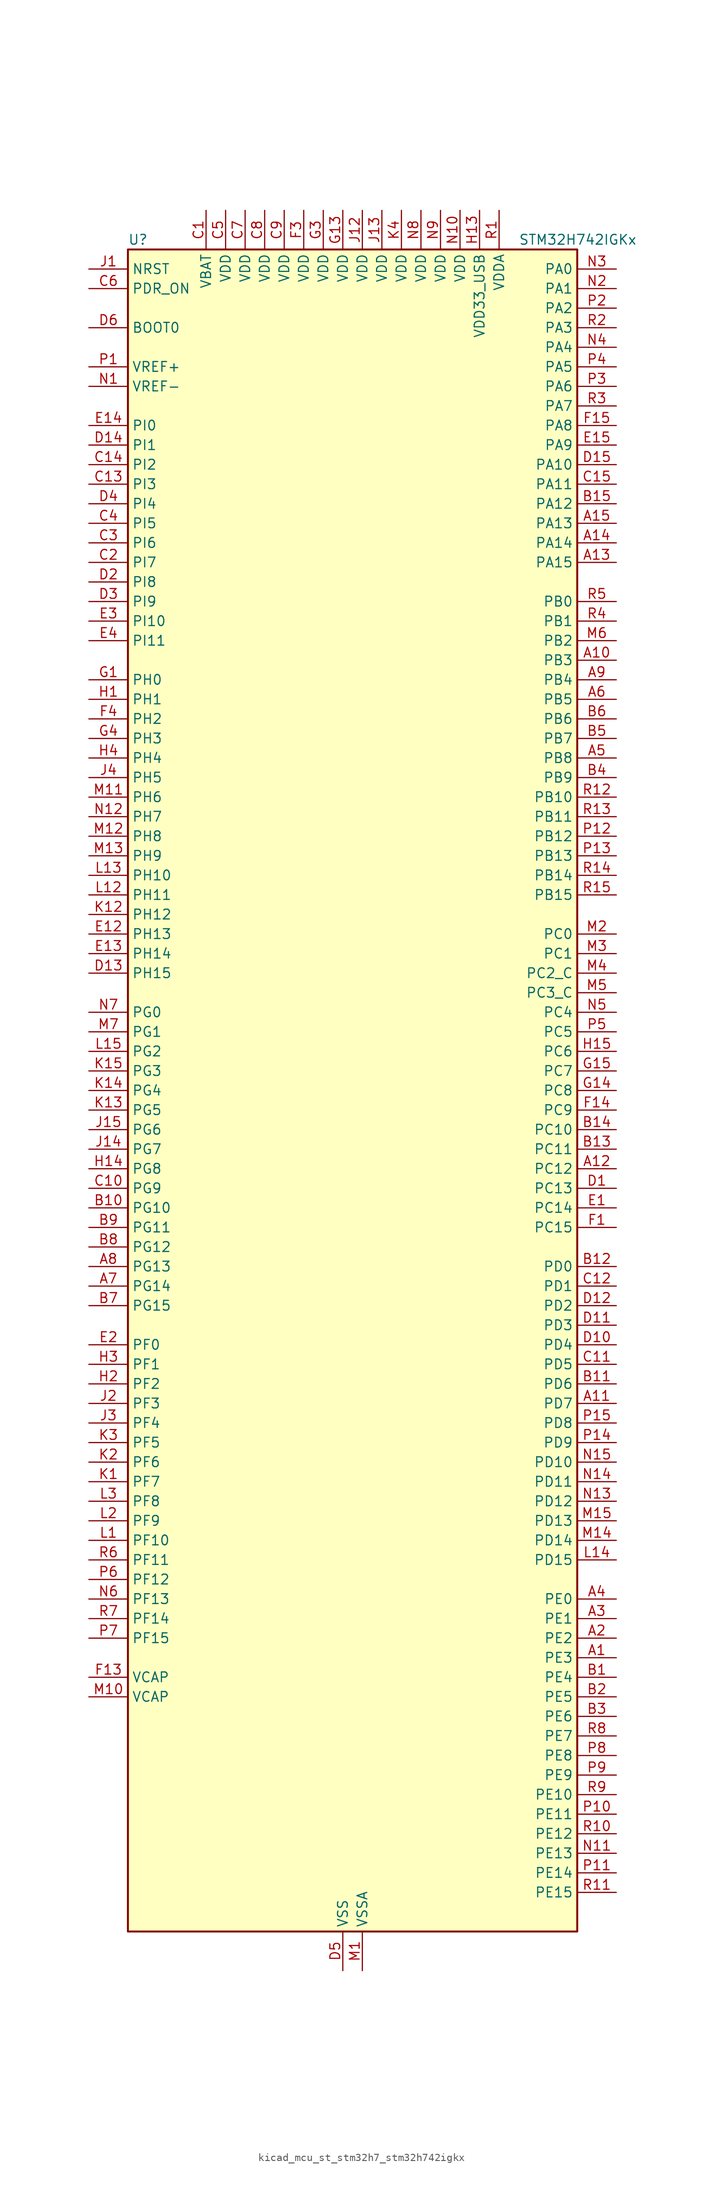
<source format=kicad_sym>
(kicad_symbol_lib
  (version 20220914)
  (generator kicad_symbol_editor)
  (symbol "kicad_mcu_st_stm32h7_stm32h742igkx"
    (property "Reference" "U"
      (at -27.94 110.49 0)
      (effects (font (size 1.27 1.27)) (justify left)))
    (property "Value" "STM32H742IGKx"
      (at 22.86 110.49 0)
      (effects (font (size 1.27 1.27)) (justify left)))
    (property "ki_locked" ""
      (at 0 0 0)
      (effects (font (size 1.27 1.27))))
    (symbol "kicad_mcu_st_stm32h7_stm32h742igkx_0_1"
      (rectangle (start -27.94 -109.22) (end 30.48 109.22) (stroke (width 0.254) (type default)) (fill (type background))))
    (symbol "kicad_mcu_st_stm32h7_stm32h742igkx_1_1"
      (pin bidirectional line (at 35.56 -73.66 180) (length 5.08) (name "PE3" (effects (font (size 1.27 1.27)))) (number "A1" (effects (font (size 1.27 1.27)))) (alternate "DEBUG_TRACED0" bidirectional line) (alternate "FMC_A19" bidirectional line) (alternate "SAI1_SD_B" bidirectional line) (alternate "SAI4_SD_B" bidirectional line) (alternate "TIM15_BKIN" bidirectional line))
      (pin bidirectional line (at 35.56 55.88 180) (length 5.08) (name "PB3" (effects (font (size 1.27 1.27)))) (number "A10" (effects (font (size 1.27 1.27)))) (alternate "CRS_SYNC" bidirectional line) (alternate "DEBUG_JTDO-SWO" bidirectional line) (alternate "HRTIM_FLT4" bidirectional line) (alternate "I2S1_CK" bidirectional line) (alternate "I2S3_CK" bidirectional line) (alternate "SDMMC2_D2" bidirectional line) (alternate "SPI1_SCK" bidirectional line) (alternate "SPI3_SCK" bidirectional line) (alternate "SPI6_SCK" bidirectional line) (alternate "TIM2_CH2" bidirectional line) (alternate "UART7_RX" bidirectional line))
      (pin bidirectional line (at 35.56 -40.64 180) (length 5.08) (name "PD7" (effects (font (size 1.27 1.27)))) (number "A11" (effects (font (size 1.27 1.27)))) (alternate "DFSDM1_CKIN1" bidirectional line) (alternate "DFSDM1_DATIN4" bidirectional line) (alternate "FMC_NE1" bidirectional line) (alternate "I2S1_SDO" bidirectional line) (alternate "SDMMC2_CMD" bidirectional line) (alternate "SPDIFRX1_IN0" bidirectional line) (alternate "SPI1_MOSI" bidirectional line) (alternate "USART2_CK" bidirectional line))
      (pin bidirectional line (at 35.56 -10.16 180) (length 5.08) (name "PC12" (effects (font (size 1.27 1.27)))) (number "A12" (effects (font (size 1.27 1.27)))) (alternate "DCMI_D9" bidirectional line) (alternate "DEBUG_TRACED3" bidirectional line) (alternate "HRTIM_EEV2" bidirectional line) (alternate "I2S3_SDO" bidirectional line) (alternate "SDMMC1_CK" bidirectional line) (alternate "SPI3_MOSI" bidirectional line) (alternate "UART5_TX" bidirectional line) (alternate "USART3_CK" bidirectional line))
      (pin bidirectional line (at 35.56 68.58 180) (length 5.08) (name "PA15" (effects (font (size 1.27 1.27)))) (number "A13" (effects (font (size 1.27 1.27)))) (alternate "ADC1_EXTI15" bidirectional line) (alternate "ADC2_EXTI15" bidirectional line) (alternate "ADC3_EXTI15" bidirectional line) (alternate "CEC" bidirectional line) (alternate "DEBUG_JTDI" bidirectional line) (alternate "HRTIM_FLT1" bidirectional line) (alternate "I2S1_WS" bidirectional line) (alternate "I2S3_WS" bidirectional line) (alternate "SPI1_NSS" bidirectional line) (alternate "SPI3_NSS" bidirectional line) (alternate "SPI6_NSS" bidirectional line) (alternate "TIM2_CH1" bidirectional line) (alternate "TIM2_ETR" bidirectional line) (alternate "UART4_DE" bidirectional line) (alternate "UART4_RTS" bidirectional line) (alternate "UART7_TX" bidirectional line))
      (pin bidirectional line (at 35.56 71.12 180) (length 5.08) (name "PA14" (effects (font (size 1.27 1.27)))) (number "A14" (effects (font (size 1.27 1.27)))) (alternate "DEBUG_JTCK-SWCLK" bidirectional line))
      (pin bidirectional line (at 35.56 73.66 180) (length 5.08) (name "PA13" (effects (font (size 1.27 1.27)))) (number "A15" (effects (font (size 1.27 1.27)))) (alternate "DEBUG_JTMS-SWDIO" bidirectional line))
      (pin bidirectional line (at 35.56 -71.12 180) (length 5.08) (name "PE2" (effects (font (size 1.27 1.27)))) (number "A2" (effects (font (size 1.27 1.27)))) (alternate "DEBUG_TRACECLK" bidirectional line) (alternate "ETH_TXD3" bidirectional line) (alternate "FMC_A23" bidirectional line) (alternate "QUADSPI_BK1_IO2" bidirectional line) (alternate "SAI1_CK1" bidirectional line) (alternate "SAI1_MCLK_A" bidirectional line) (alternate "SAI4_CK1" bidirectional line) (alternate "SAI4_MCLK_A" bidirectional line) (alternate "SPI4_SCK" bidirectional line))
      (pin bidirectional line (at 35.56 -68.58 180) (length 5.08) (name "PE1" (effects (font (size 1.27 1.27)))) (number "A3" (effects (font (size 1.27 1.27)))) (alternate "DCMI_D3" bidirectional line) (alternate "FMC_NBL1" bidirectional line) (alternate "HRTIM_SCOUT" bidirectional line) (alternate "LPTIM1_IN2" bidirectional line) (alternate "UART8_TX" bidirectional line))
      (pin bidirectional line (at 35.56 -66.04 180) (length 5.08) (name "PE0" (effects (font (size 1.27 1.27)))) (number "A4" (effects (font (size 1.27 1.27)))) (alternate "DCMI_D2" bidirectional line) (alternate "FMC_NBL0" bidirectional line) (alternate "HRTIM_SCIN" bidirectional line) (alternate "LPTIM1_ETR" bidirectional line) (alternate "LPTIM2_ETR" bidirectional line) (alternate "SAI2_MCLK_A" bidirectional line) (alternate "TIM4_ETR" bidirectional line) (alternate "UART8_RX" bidirectional line))
      (pin bidirectional line (at 35.56 43.18 180) (length 5.08) (name "PB8" (effects (font (size 1.27 1.27)))) (number "A5" (effects (font (size 1.27 1.27)))) (alternate "DCMI_D6" bidirectional line) (alternate "DFSDM1_CKIN7" bidirectional line) (alternate "ETH_TXD3" bidirectional line) (alternate "FDCAN1_RX" bidirectional line) (alternate "I2C1_SCL" bidirectional line) (alternate "I2C4_SCL" bidirectional line) (alternate "SDMMC1_CKIN" bidirectional line) (alternate "SDMMC1_D4" bidirectional line) (alternate "SDMMC2_D4" bidirectional line) (alternate "TIM16_CH1" bidirectional line) (alternate "TIM4_CH3" bidirectional line) (alternate "UART4_RX" bidirectional line))
      (pin bidirectional line (at 35.56 50.8 180) (length 5.08) (name "PB5" (effects (font (size 1.27 1.27)))) (number "A6" (effects (font (size 1.27 1.27)))) (alternate "DCMI_D10" bidirectional line) (alternate "ETH_PPS_OUT" bidirectional line) (alternate "FDCAN2_RX" bidirectional line) (alternate "FMC_SDCKE1" bidirectional line) (alternate "HRTIM_EEV7" bidirectional line) (alternate "I2C1_SMBA" bidirectional line) (alternate "I2C4_SMBA" bidirectional line) (alternate "I2S1_SDO" bidirectional line) (alternate "I2S3_SDO" bidirectional line) (alternate "SPI1_MOSI" bidirectional line) (alternate "SPI3_MOSI" bidirectional line) (alternate "SPI6_MOSI" bidirectional line) (alternate "TIM17_BKIN" bidirectional line) (alternate "TIM3_CH2" bidirectional line) (alternate "UART5_RX" bidirectional line) (alternate "USB_OTG_HS_ULPI_D7" bidirectional line))
      (pin bidirectional line (at -33.02 -25.4 0) (length 5.08) (name "PG14" (effects (font (size 1.27 1.27)))) (number "A7" (effects (font (size 1.27 1.27)))) (alternate "DEBUG_TRACED1" bidirectional line) (alternate "ETH_TXD1" bidirectional line) (alternate "FMC_A25" bidirectional line) (alternate "LPTIM1_ETR" bidirectional line) (alternate "QUADSPI_BK2_IO3" bidirectional line) (alternate "SPI6_MOSI" bidirectional line) (alternate "USART6_TX" bidirectional line))
      (pin bidirectional line (at -33.02 -22.86 0) (length 5.08) (name "PG13" (effects (font (size 1.27 1.27)))) (number "A8" (effects (font (size 1.27 1.27)))) (alternate "DEBUG_TRACED0" bidirectional line) (alternate "ETH_TXD0" bidirectional line) (alternate "FMC_A24" bidirectional line) (alternate "HRTIM_EEV10" bidirectional line) (alternate "LPTIM1_OUT" bidirectional line) (alternate "SPI6_SCK" bidirectional line) (alternate "USART6_CTS" bidirectional line) (alternate "USART6_NSS" bidirectional line))
      (pin bidirectional line (at 35.56 53.34 180) (length 5.08) (name "PB4" (effects (font (size 1.27 1.27)))) (number "A9" (effects (font (size 1.27 1.27)))) (alternate "DEBUG_JTRST" bidirectional line) (alternate "HRTIM_EEV6" bidirectional line) (alternate "I2S1_SDI" bidirectional line) (alternate "I2S2_WS" bidirectional line) (alternate "I2S3_SDI" bidirectional line) (alternate "SDMMC2_D3" bidirectional line) (alternate "SPI1_MISO" bidirectional line) (alternate "SPI2_NSS" bidirectional line) (alternate "SPI3_MISO" bidirectional line) (alternate "SPI6_MISO" bidirectional line) (alternate "TIM16_BKIN" bidirectional line) (alternate "TIM3_CH1" bidirectional line) (alternate "UART7_TX" bidirectional line))
      (pin bidirectional line (at 35.56 -76.2 180) (length 5.08) (name "PE4" (effects (font (size 1.27 1.27)))) (number "B1" (effects (font (size 1.27 1.27)))) (alternate "DCMI_D4" bidirectional line) (alternate "DEBUG_TRACED1" bidirectional line) (alternate "DFSDM1_DATIN3" bidirectional line) (alternate "FMC_A20" bidirectional line) (alternate "SAI1_D2" bidirectional line) (alternate "SAI1_FS_A" bidirectional line) (alternate "SAI4_D2" bidirectional line) (alternate "SAI4_FS_A" bidirectional line) (alternate "SPI4_NSS" bidirectional line) (alternate "TIM15_CH1N" bidirectional line))
      (pin bidirectional line (at -33.02 -15.24 0) (length 5.08) (name "PG10" (effects (font (size 1.27 1.27)))) (number "B10" (effects (font (size 1.27 1.27)))) (alternate "DCMI_D2" bidirectional line) (alternate "FMC_NE3" bidirectional line) (alternate "HRTIM_FLT5" bidirectional line) (alternate "I2S1_WS" bidirectional line) (alternate "SAI2_SD_B" bidirectional line) (alternate "SPI1_NSS" bidirectional line))
      (pin bidirectional line (at 35.56 -38.1 180) (length 5.08) (name "PD6" (effects (font (size 1.27 1.27)))) (number "B11" (effects (font (size 1.27 1.27)))) (alternate "DCMI_D10" bidirectional line) (alternate "DFSDM1_CKIN4" bidirectional line) (alternate "DFSDM1_DATIN1" bidirectional line) (alternate "FMC_NWAIT" bidirectional line) (alternate "I2S3_SDO" bidirectional line) (alternate "SAI1_D1" bidirectional line) (alternate "SAI1_SD_A" bidirectional line) (alternate "SAI4_D1" bidirectional line) (alternate "SAI4_SD_A" bidirectional line) (alternate "SDMMC2_CK" bidirectional line) (alternate "SPI3_MOSI" bidirectional line) (alternate "USART2_RX" bidirectional line))
      (pin bidirectional line (at 35.56 -22.86 180) (length 5.08) (name "PD0" (effects (font (size 1.27 1.27)))) (number "B12" (effects (font (size 1.27 1.27)))) (alternate "DFSDM1_CKIN6" bidirectional line) (alternate "FDCAN1_RX" bidirectional line) (alternate "FMC_D2" bidirectional line) (alternate "FMC_DA2" bidirectional line) (alternate "SAI3_SCK_A" bidirectional line) (alternate "UART4_RX" bidirectional line))
      (pin bidirectional line (at 35.56 -7.62 180) (length 5.08) (name "PC11" (effects (font (size 1.27 1.27)))) (number "B13" (effects (font (size 1.27 1.27)))) (alternate "ADC1_EXTI11" bidirectional line) (alternate "ADC2_EXTI11" bidirectional line) (alternate "ADC3_EXTI11" bidirectional line) (alternate "DCMI_D4" bidirectional line) (alternate "DFSDM1_DATIN5" bidirectional line) (alternate "HRTIM_FLT2" bidirectional line) (alternate "I2S3_SDI" bidirectional line) (alternate "QUADSPI_BK2_NCS" bidirectional line) (alternate "SDMMC1_D3" bidirectional line) (alternate "SPI3_MISO" bidirectional line) (alternate "UART4_RX" bidirectional line) (alternate "USART3_RX" bidirectional line))
      (pin bidirectional line (at 35.56 -5.08 180) (length 5.08) (name "PC10" (effects (font (size 1.27 1.27)))) (number "B14" (effects (font (size 1.27 1.27)))) (alternate "DCMI_D8" bidirectional line) (alternate "DFSDM1_CKIN5" bidirectional line) (alternate "HRTIM_EEV1" bidirectional line) (alternate "I2S3_CK" bidirectional line) (alternate "QUADSPI_BK1_IO1" bidirectional line) (alternate "SDMMC1_D2" bidirectional line) (alternate "SPI3_SCK" bidirectional line) (alternate "UART4_TX" bidirectional line) (alternate "USART3_TX" bidirectional line))
      (pin bidirectional line (at 35.56 76.2 180) (length 5.08) (name "PA12" (effects (font (size 1.27 1.27)))) (number "B15" (effects (font (size 1.27 1.27)))) (alternate "FDCAN1_TX" bidirectional line) (alternate "HRTIM_CHD2" bidirectional line) (alternate "I2S2_CK" bidirectional line) (alternate "LPUART1_DE" bidirectional line) (alternate "LPUART1_RTS" bidirectional line) (alternate "SAI2_FS_B" bidirectional line) (alternate "SPI2_SCK" bidirectional line) (alternate "TIM1_ETR" bidirectional line) (alternate "UART4_TX" bidirectional line) (alternate "USART1_DE" bidirectional line) (alternate "USART1_RTS" bidirectional line) (alternate "USB_OTG_FS_DP" bidirectional line))
      (pin bidirectional line (at 35.56 -78.74 180) (length 5.08) (name "PE5" (effects (font (size 1.27 1.27)))) (number "B2" (effects (font (size 1.27 1.27)))) (alternate "DCMI_D6" bidirectional line) (alternate "DEBUG_TRACED2" bidirectional line) (alternate "DFSDM1_CKIN3" bidirectional line) (alternate "FMC_A21" bidirectional line) (alternate "SAI1_CK2" bidirectional line) (alternate "SAI1_SCK_A" bidirectional line) (alternate "SAI4_CK2" bidirectional line) (alternate "SAI4_SCK_A" bidirectional line) (alternate "SPI4_MISO" bidirectional line) (alternate "TIM15_CH1" bidirectional line))
      (pin bidirectional line (at 35.56 -81.28 180) (length 5.08) (name "PE6" (effects (font (size 1.27 1.27)))) (number "B3" (effects (font (size 1.27 1.27)))) (alternate "DCMI_D7" bidirectional line) (alternate "DEBUG_TRACED3" bidirectional line) (alternate "FMC_A22" bidirectional line) (alternate "SAI1_D1" bidirectional line) (alternate "SAI1_SD_A" bidirectional line) (alternate "SAI2_MCLK_B" bidirectional line) (alternate "SAI4_D1" bidirectional line) (alternate "SAI4_SD_A" bidirectional line) (alternate "SPI4_MOSI" bidirectional line) (alternate "TIM15_CH2" bidirectional line) (alternate "TIM1_BKIN2" bidirectional line) (alternate "TIM1_BKIN2_COMP1" bidirectional line) (alternate "TIM1_BKIN2_COMP2" bidirectional line))
      (pin bidirectional line (at 35.56 40.64 180) (length 5.08) (name "PB9" (effects (font (size 1.27 1.27)))) (number "B4" (effects (font (size 1.27 1.27)))) (alternate "DAC1_EXTI9" bidirectional line) (alternate "DCMI_D7" bidirectional line) (alternate "DFSDM1_DATIN7" bidirectional line) (alternate "FDCAN1_TX" bidirectional line) (alternate "I2C1_SDA" bidirectional line) (alternate "I2C4_SDA" bidirectional line) (alternate "I2C4_SMBA" bidirectional line) (alternate "I2S2_WS" bidirectional line) (alternate "SDMMC1_CDIR" bidirectional line) (alternate "SDMMC1_D5" bidirectional line) (alternate "SDMMC2_D5" bidirectional line) (alternate "SPI2_NSS" bidirectional line) (alternate "TIM17_CH1" bidirectional line) (alternate "TIM4_CH4" bidirectional line) (alternate "UART4_TX" bidirectional line))
      (pin bidirectional line (at 35.56 45.72 180) (length 5.08) (name "PB7" (effects (font (size 1.27 1.27)))) (number "B5" (effects (font (size 1.27 1.27)))) (alternate "DCMI_VSYNC" bidirectional line) (alternate "DFSDM1_CKIN5" bidirectional line) (alternate "FMC_NL" bidirectional line) (alternate "HRTIM_EEV9" bidirectional line) (alternate "I2C1_SDA" bidirectional line) (alternate "I2C4_SDA" bidirectional line) (alternate "LPUART1_RX" bidirectional line) (alternate "PWR_PVD_IN" bidirectional line) (alternate "TIM17_CH1N" bidirectional line) (alternate "TIM4_CH2" bidirectional line) (alternate "USART1_RX" bidirectional line))
      (pin bidirectional line (at 35.56 48.26 180) (length 5.08) (name "PB6" (effects (font (size 1.27 1.27)))) (number "B6" (effects (font (size 1.27 1.27)))) (alternate "CEC" bidirectional line) (alternate "DCMI_D5" bidirectional line) (alternate "DFSDM1_DATIN5" bidirectional line) (alternate "FDCAN2_TX" bidirectional line) (alternate "FMC_SDNE1" bidirectional line) (alternate "HRTIM_EEV8" bidirectional line) (alternate "I2C1_SCL" bidirectional line) (alternate "I2C4_SCL" bidirectional line) (alternate "LPUART1_TX" bidirectional line) (alternate "QUADSPI_BK1_NCS" bidirectional line) (alternate "TIM16_CH1N" bidirectional line) (alternate "TIM4_CH1" bidirectional line) (alternate "UART5_TX" bidirectional line) (alternate "USART1_TX" bidirectional line))
      (pin bidirectional line (at -33.02 -27.94 0) (length 5.08) (name "PG15" (effects (font (size 1.27 1.27)))) (number "B7" (effects (font (size 1.27 1.27)))) (alternate "ADC1_EXTI15" bidirectional line) (alternate "ADC2_EXTI15" bidirectional line) (alternate "ADC3_EXTI15" bidirectional line) (alternate "DCMI_D13" bidirectional line) (alternate "FMC_SDNCAS" bidirectional line) (alternate "USART6_CTS" bidirectional line) (alternate "USART6_NSS" bidirectional line))
      (pin bidirectional line (at -33.02 -20.32 0) (length 5.08) (name "PG12" (effects (font (size 1.27 1.27)))) (number "B8" (effects (font (size 1.27 1.27)))) (alternate "ETH_TXD1" bidirectional line) (alternate "FMC_NE4" bidirectional line) (alternate "HRTIM_EEV5" bidirectional line) (alternate "LPTIM1_IN1" bidirectional line) (alternate "SPDIFRX1_IN1" bidirectional line) (alternate "SPI6_MISO" bidirectional line) (alternate "USART6_DE" bidirectional line) (alternate "USART6_RTS" bidirectional line))
      (pin bidirectional line (at -33.02 -17.78 0) (length 5.08) (name "PG11" (effects (font (size 1.27 1.27)))) (number "B9" (effects (font (size 1.27 1.27)))) (alternate "ADC1_EXTI11" bidirectional line) (alternate "ADC2_EXTI11" bidirectional line) (alternate "ADC3_EXTI11" bidirectional line) (alternate "DCMI_D3" bidirectional line) (alternate "ETH_TX_EN" bidirectional line) (alternate "HRTIM_EEV4" bidirectional line) (alternate "I2S1_CK" bidirectional line) (alternate "LPTIM1_IN2" bidirectional line) (alternate "SDMMC2_D2" bidirectional line) (alternate "SPDIFRX1_IN0" bidirectional line) (alternate "SPI1_SCK" bidirectional line))
      (pin power_in line (at -17.78 114.3 270) (length 5.08) (name "VBAT" (effects (font (size 1.27 1.27)))) (number "C1" (effects (font (size 1.27 1.27)))))
      (pin bidirectional line (at -33.02 -12.7 0) (length 5.08) (name "PG9" (effects (font (size 1.27 1.27)))) (number "C10" (effects (font (size 1.27 1.27)))) (alternate "DAC1_EXTI9" bidirectional line) (alternate "DCMI_VSYNC" bidirectional line) (alternate "FMC_NCE" bidirectional line) (alternate "FMC_NE2" bidirectional line) (alternate "I2S1_SDI" bidirectional line) (alternate "QUADSPI_BK2_IO2" bidirectional line) (alternate "SAI2_FS_B" bidirectional line) (alternate "SPDIFRX1_IN3" bidirectional line) (alternate "SPI1_MISO" bidirectional line) (alternate "USART6_RX" bidirectional line))
      (pin bidirectional line (at 35.56 -35.56 180) (length 5.08) (name "PD5" (effects (font (size 1.27 1.27)))) (number "C11" (effects (font (size 1.27 1.27)))) (alternate "FMC_NWE" bidirectional line) (alternate "HRTIM_EEV3" bidirectional line) (alternate "USART2_TX" bidirectional line))
      (pin bidirectional line (at 35.56 -25.4 180) (length 5.08) (name "PD1" (effects (font (size 1.27 1.27)))) (number "C12" (effects (font (size 1.27 1.27)))) (alternate "DFSDM1_DATIN6" bidirectional line) (alternate "FDCAN1_TX" bidirectional line) (alternate "FMC_D3" bidirectional line) (alternate "FMC_DA3" bidirectional line) (alternate "SAI3_SD_A" bidirectional line) (alternate "UART4_TX" bidirectional line))
      (pin bidirectional line (at -33.02 78.74 0) (length 5.08) (name "PI3" (effects (font (size 1.27 1.27)))) (number "C13" (effects (font (size 1.27 1.27)))) (alternate "DCMI_D10" bidirectional line) (alternate "FMC_D27" bidirectional line) (alternate "I2S2_SDO" bidirectional line) (alternate "SPI2_MOSI" bidirectional line) (alternate "TIM8_ETR" bidirectional line))
      (pin bidirectional line (at -33.02 81.28 0) (length 5.08) (name "PI2" (effects (font (size 1.27 1.27)))) (number "C14" (effects (font (size 1.27 1.27)))) (alternate "DCMI_D9" bidirectional line) (alternate "FMC_D26" bidirectional line) (alternate "I2S2_SDI" bidirectional line) (alternate "SPI2_MISO" bidirectional line) (alternate "TIM8_CH4" bidirectional line))
      (pin bidirectional line (at 35.56 78.74 180) (length 5.08) (name "PA11" (effects (font (size 1.27 1.27)))) (number "C15" (effects (font (size 1.27 1.27)))) (alternate "ADC1_EXTI11" bidirectional line) (alternate "ADC2_EXTI11" bidirectional line) (alternate "ADC3_EXTI11" bidirectional line) (alternate "FDCAN1_RX" bidirectional line) (alternate "HRTIM_CHD1" bidirectional line) (alternate "I2S2_WS" bidirectional line) (alternate "LPUART1_CTS" bidirectional line) (alternate "SPI2_NSS" bidirectional line) (alternate "TIM1_CH4" bidirectional line) (alternate "UART4_RX" bidirectional line) (alternate "USART1_CTS" bidirectional line) (alternate "USART1_NSS" bidirectional line) (alternate "USB_OTG_FS_DM" bidirectional line))
      (pin bidirectional line (at -33.02 68.58 0) (length 5.08) (name "PI7" (effects (font (size 1.27 1.27)))) (number "C2" (effects (font (size 1.27 1.27)))) (alternate "DCMI_D7" bidirectional line) (alternate "FMC_D29" bidirectional line) (alternate "SAI2_FS_A" bidirectional line) (alternate "TIM8_CH3" bidirectional line))
      (pin bidirectional line (at -33.02 71.12 0) (length 5.08) (name "PI6" (effects (font (size 1.27 1.27)))) (number "C3" (effects (font (size 1.27 1.27)))) (alternate "DCMI_D6" bidirectional line) (alternate "FMC_D28" bidirectional line) (alternate "SAI2_SD_A" bidirectional line) (alternate "TIM8_CH2" bidirectional line))
      (pin bidirectional line (at -33.02 73.66 0) (length 5.08) (name "PI5" (effects (font (size 1.27 1.27)))) (number "C4" (effects (font (size 1.27 1.27)))) (alternate "DCMI_VSYNC" bidirectional line) (alternate "FMC_NBL3" bidirectional line) (alternate "SAI2_SCK_A" bidirectional line) (alternate "TIM8_CH1" bidirectional line))
      (pin power_in line (at -15.24 114.3 270) (length 5.08) (name "VDD" (effects (font (size 1.27 1.27)))) (number "C5" (effects (font (size 1.27 1.27)))))
      (pin input line (at -33.02 104.14 0) (length 5.08) (name "PDR_ON" (effects (font (size 1.27 1.27)))) (number "C6" (effects (font (size 1.27 1.27)))))
      (pin power_in line (at -12.7 114.3 270) (length 5.08) (name "VDD" (effects (font (size 1.27 1.27)))) (number "C7" (effects (font (size 1.27 1.27)))))
      (pin power_in line (at -10.16 114.3 270) (length 5.08) (name "VDD" (effects (font (size 1.27 1.27)))) (number "C8" (effects (font (size 1.27 1.27)))))
      (pin power_in line (at -7.62 114.3 270) (length 5.08) (name "VDD" (effects (font (size 1.27 1.27)))) (number "C9" (effects (font (size 1.27 1.27)))))
      (pin bidirectional line (at 35.56 -12.7 180) (length 5.08) (name "PC13" (effects (font (size 1.27 1.27)))) (number "D1" (effects (font (size 1.27 1.27)))) (alternate "PWR_WKUP2" bidirectional line) (alternate "RTC_OUT_ALARM" bidirectional line) (alternate "RTC_OUT_CALIB" bidirectional line) (alternate "RTC_TAMP1" bidirectional line) (alternate "RTC_TS" bidirectional line))
      (pin bidirectional line (at 35.56 -33.02 180) (length 5.08) (name "PD4" (effects (font (size 1.27 1.27)))) (number "D10" (effects (font (size 1.27 1.27)))) (alternate "FMC_NOE" bidirectional line) (alternate "HRTIM_FLT3" bidirectional line) (alternate "SAI3_FS_A" bidirectional line) (alternate "USART2_DE" bidirectional line) (alternate "USART2_RTS" bidirectional line))
      (pin bidirectional line (at 35.56 -30.48 180) (length 5.08) (name "PD3" (effects (font (size 1.27 1.27)))) (number "D11" (effects (font (size 1.27 1.27)))) (alternate "DCMI_D5" bidirectional line) (alternate "DFSDM1_CKOUT" bidirectional line) (alternate "FMC_CLK" bidirectional line) (alternate "I2S2_CK" bidirectional line) (alternate "SPI2_SCK" bidirectional line) (alternate "USART2_CTS" bidirectional line) (alternate "USART2_NSS" bidirectional line))
      (pin bidirectional line (at 35.56 -27.94 180) (length 5.08) (name "PD2" (effects (font (size 1.27 1.27)))) (number "D12" (effects (font (size 1.27 1.27)))) (alternate "DCMI_D11" bidirectional line) (alternate "DEBUG_TRACED2" bidirectional line) (alternate "SDMMC1_CMD" bidirectional line) (alternate "TIM3_ETR" bidirectional line) (alternate "UART5_RX" bidirectional line))
      (pin bidirectional line (at -33.02 15.24 0) (length 5.08) (name "PH15" (effects (font (size 1.27 1.27)))) (number "D13" (effects (font (size 1.27 1.27)))) (alternate "ADC1_EXTI15" bidirectional line) (alternate "ADC2_EXTI15" bidirectional line) (alternate "ADC3_EXTI15" bidirectional line) (alternate "DCMI_D11" bidirectional line) (alternate "FMC_D23" bidirectional line) (alternate "TIM8_CH3N" bidirectional line))
      (pin bidirectional line (at -33.02 83.82 0) (length 5.08) (name "PI1" (effects (font (size 1.27 1.27)))) (number "D14" (effects (font (size 1.27 1.27)))) (alternate "DCMI_D8" bidirectional line) (alternate "FMC_D25" bidirectional line) (alternate "I2S2_CK" bidirectional line) (alternate "SPI2_SCK" bidirectional line) (alternate "TIM8_BKIN2" bidirectional line) (alternate "TIM8_BKIN2_COMP1" bidirectional line) (alternate "TIM8_BKIN2_COMP2" bidirectional line))
      (pin bidirectional line (at 35.56 81.28 180) (length 5.08) (name "PA10" (effects (font (size 1.27 1.27)))) (number "D15" (effects (font (size 1.27 1.27)))) (alternate "DCMI_D1" bidirectional line) (alternate "HRTIM_CHC2" bidirectional line) (alternate "LPUART1_RX" bidirectional line) (alternate "MDIOS_MDIO" bidirectional line) (alternate "TIM1_CH3" bidirectional line) (alternate "USART1_RX" bidirectional line) (alternate "USB_OTG_FS_ID" bidirectional line))
      (pin bidirectional line (at -33.02 66.04 0) (length 5.08) (name "PI8" (effects (font (size 1.27 1.27)))) (number "D2" (effects (font (size 1.27 1.27)))) (alternate "PWR_WKUP3" bidirectional line) (alternate "RTC_TAMP2" bidirectional line))
      (pin bidirectional line (at -33.02 63.5 0) (length 5.08) (name "PI9" (effects (font (size 1.27 1.27)))) (number "D3" (effects (font (size 1.27 1.27)))) (alternate "DAC1_EXTI9" bidirectional line) (alternate "FDCAN1_RX" bidirectional line) (alternate "FMC_D30" bidirectional line) (alternate "UART4_RX" bidirectional line))
      (pin bidirectional line (at -33.02 76.2 0) (length 5.08) (name "PI4" (effects (font (size 1.27 1.27)))) (number "D4" (effects (font (size 1.27 1.27)))) (alternate "DCMI_D5" bidirectional line) (alternate "FMC_NBL2" bidirectional line) (alternate "SAI2_MCLK_A" bidirectional line) (alternate "TIM8_BKIN" bidirectional line) (alternate "TIM8_BKIN_COMP1" bidirectional line) (alternate "TIM8_BKIN_COMP2" bidirectional line))
      (pin power_in line (at 0 -114.3 90) (length 5.08) (name "VSS" (effects (font (size 1.27 1.27)))) (number "D5" (effects (font (size 1.27 1.27)))))
      (pin input line (at -33.02 99.06 0) (length 5.08) (name "BOOT0" (effects (font (size 1.27 1.27)))) (number "D6" (effects (font (size 1.27 1.27)))))
      (pin passive line (at 0 -114.3 90) (length 5.08) hide (name "VSS" (effects (font (size 1.27 1.27)))) (number "D7" (effects (font (size 1.27 1.27)))))
      (pin passive line (at 0 -114.3 90) (length 5.08) hide (name "VSS" (effects (font (size 1.27 1.27)))) (number "D8" (effects (font (size 1.27 1.27)))))
      (pin passive line (at 0 -114.3 90) (length 5.08) hide (name "VSS" (effects (font (size 1.27 1.27)))) (number "D9" (effects (font (size 1.27 1.27)))))
      (pin bidirectional line (at 35.56 -15.24 180) (length 5.08) (name "PC14" (effects (font (size 1.27 1.27)))) (number "E1" (effects (font (size 1.27 1.27)))) (alternate "RCC_OSC32_IN" bidirectional line))
      (pin bidirectional line (at -33.02 20.32 0) (length 5.08) (name "PH13" (effects (font (size 1.27 1.27)))) (number "E12" (effects (font (size 1.27 1.27)))) (alternate "FDCAN1_TX" bidirectional line) (alternate "FMC_D21" bidirectional line) (alternate "TIM8_CH1N" bidirectional line) (alternate "UART4_TX" bidirectional line))
      (pin bidirectional line (at -33.02 17.78 0) (length 5.08) (name "PH14" (effects (font (size 1.27 1.27)))) (number "E13" (effects (font (size 1.27 1.27)))) (alternate "DCMI_D4" bidirectional line) (alternate "FDCAN1_RX" bidirectional line) (alternate "FMC_D22" bidirectional line) (alternate "TIM8_CH2N" bidirectional line) (alternate "UART4_RX" bidirectional line))
      (pin bidirectional line (at -33.02 86.36 0) (length 5.08) (name "PI0" (effects (font (size 1.27 1.27)))) (number "E14" (effects (font (size 1.27 1.27)))) (alternate "DCMI_D13" bidirectional line) (alternate "FMC_D24" bidirectional line) (alternate "I2S2_WS" bidirectional line) (alternate "SPI2_NSS" bidirectional line) (alternate "TIM5_CH4" bidirectional line))
      (pin bidirectional line (at 35.56 83.82 180) (length 5.08) (name "PA9" (effects (font (size 1.27 1.27)))) (number "E15" (effects (font (size 1.27 1.27)))) (alternate "DAC1_EXTI9" bidirectional line) (alternate "DCMI_D0" bidirectional line) (alternate "HRTIM_CHC1" bidirectional line) (alternate "I2C3_SMBA" bidirectional line) (alternate "I2S2_CK" bidirectional line) (alternate "LPUART1_TX" bidirectional line) (alternate "SPI2_SCK" bidirectional line) (alternate "TIM1_CH2" bidirectional line) (alternate "USART1_TX" bidirectional line) (alternate "USB_OTG_FS_VBUS" bidirectional line))
      (pin bidirectional line (at -33.02 -33.02 0) (length 5.08) (name "PF0" (effects (font (size 1.27 1.27)))) (number "E2" (effects (font (size 1.27 1.27)))) (alternate "FMC_A0" bidirectional line) (alternate "I2C2_SDA" bidirectional line))
      (pin bidirectional line (at -33.02 60.96 0) (length 5.08) (name "PI10" (effects (font (size 1.27 1.27)))) (number "E3" (effects (font (size 1.27 1.27)))) (alternate "ETH_RX_ER" bidirectional line) (alternate "FMC_D31" bidirectional line))
      (pin bidirectional line (at -33.02 58.42 0) (length 5.08) (name "PI11" (effects (font (size 1.27 1.27)))) (number "E4" (effects (font (size 1.27 1.27)))) (alternate "ADC1_EXTI11" bidirectional line) (alternate "ADC2_EXTI11" bidirectional line) (alternate "ADC3_EXTI11" bidirectional line) (alternate "PWR_WKUP4" bidirectional line) (alternate "USB_OTG_HS_ULPI_DIR" bidirectional line))
      (pin bidirectional line (at 35.56 -17.78 180) (length 5.08) (name "PC15" (effects (font (size 1.27 1.27)))) (number "F1" (effects (font (size 1.27 1.27)))) (alternate "ADC1_EXTI15" bidirectional line) (alternate "ADC2_EXTI15" bidirectional line) (alternate "ADC3_EXTI15" bidirectional line) (alternate "RCC_OSC32_OUT" bidirectional line))
      (pin passive line (at 0 -114.3 90) (length 5.08) hide (name "VSS" (effects (font (size 1.27 1.27)))) (number "F10" (effects (font (size 1.27 1.27)))))
      (pin passive line (at 0 -114.3 90) (length 5.08) hide (name "VSS" (effects (font (size 1.27 1.27)))) (number "F12" (effects (font (size 1.27 1.27)))))
      (pin power_out line (at -33.02 -76.2 0) (length 5.08) (name "VCAP" (effects (font (size 1.27 1.27)))) (number "F13" (effects (font (size 1.27 1.27)))))
      (pin bidirectional line (at 35.56 -2.54 180) (length 5.08) (name "PC9" (effects (font (size 1.27 1.27)))) (number "F14" (effects (font (size 1.27 1.27)))) (alternate "DAC1_EXTI9" bidirectional line) (alternate "DCMI_D3" bidirectional line) (alternate "I2C3_SDA" bidirectional line) (alternate "I2S_CKIN" bidirectional line) (alternate "QUADSPI_BK1_IO0" bidirectional line) (alternate "RCC_MCO_2" bidirectional line) (alternate "SDMMC1_D1" bidirectional line) (alternate "SWPMI1_SUSPEND" bidirectional line) (alternate "TIM3_CH4" bidirectional line) (alternate "TIM8_CH4" bidirectional line) (alternate "UART5_CTS" bidirectional line))
      (pin bidirectional line (at 35.56 86.36 180) (length 5.08) (name "PA8" (effects (font (size 1.27 1.27)))) (number "F15" (effects (font (size 1.27 1.27)))) (alternate "HRTIM_CHB2" bidirectional line) (alternate "I2C3_SCL" bidirectional line) (alternate "RCC_MCO_1" bidirectional line) (alternate "TIM1_CH1" bidirectional line) (alternate "TIM8_BKIN2" bidirectional line) (alternate "TIM8_BKIN2_COMP1" bidirectional line) (alternate "TIM8_BKIN2_COMP2" bidirectional line) (alternate "UART7_RX" bidirectional line) (alternate "USART1_CK" bidirectional line) (alternate "USB_OTG_FS_SOF" bidirectional line))
      (pin passive line (at 0 -114.3 90) (length 5.08) hide (name "VSS" (effects (font (size 1.27 1.27)))) (number "F2" (effects (font (size 1.27 1.27)))))
      (pin power_in line (at -5.08 114.3 270) (length 5.08) (name "VDD" (effects (font (size 1.27 1.27)))) (number "F3" (effects (font (size 1.27 1.27)))))
      (pin bidirectional line (at -33.02 48.26 0) (length 5.08) (name "PH2" (effects (font (size 1.27 1.27)))) (number "F4" (effects (font (size 1.27 1.27)))) (alternate "ADC3_INP13" bidirectional line) (alternate "ETH_CRS" bidirectional line) (alternate "FMC_SDCKE0" bidirectional line) (alternate "LPTIM1_IN2" bidirectional line) (alternate "QUADSPI_BK2_IO0" bidirectional line) (alternate "SAI2_SCK_B" bidirectional line))
      (pin passive line (at 0 -114.3 90) (length 5.08) hide (name "VSS" (effects (font (size 1.27 1.27)))) (number "F6" (effects (font (size 1.27 1.27)))))
      (pin passive line (at 0 -114.3 90) (length 5.08) hide (name "VSS" (effects (font (size 1.27 1.27)))) (number "F7" (effects (font (size 1.27 1.27)))))
      (pin passive line (at 0 -114.3 90) (length 5.08) hide (name "VSS" (effects (font (size 1.27 1.27)))) (number "F8" (effects (font (size 1.27 1.27)))))
      (pin passive line (at 0 -114.3 90) (length 5.08) hide (name "VSS" (effects (font (size 1.27 1.27)))) (number "F9" (effects (font (size 1.27 1.27)))))
      (pin bidirectional line (at -33.02 53.34 0) (length 5.08) (name "PH0" (effects (font (size 1.27 1.27)))) (number "G1" (effects (font (size 1.27 1.27)))) (alternate "RCC_OSC_IN" bidirectional line))
      (pin passive line (at 0 -114.3 90) (length 5.08) hide (name "VSS" (effects (font (size 1.27 1.27)))) (number "G10" (effects (font (size 1.27 1.27)))))
      (pin passive line (at 0 -114.3 90) (length 5.08) hide (name "VSS" (effects (font (size 1.27 1.27)))) (number "G12" (effects (font (size 1.27 1.27)))))
      (pin power_in line (at 0 114.3 270) (length 5.08) (name "VDD" (effects (font (size 1.27 1.27)))) (number "G13" (effects (font (size 1.27 1.27)))))
      (pin bidirectional line (at 35.56 0 180) (length 5.08) (name "PC8" (effects (font (size 1.27 1.27)))) (number "G14" (effects (font (size 1.27 1.27)))) (alternate "DCMI_D2" bidirectional line) (alternate "DEBUG_TRACED1" bidirectional line) (alternate "FMC_NCE" bidirectional line) (alternate "FMC_NE2" bidirectional line) (alternate "HRTIM_CHB1" bidirectional line) (alternate "SDMMC1_D0" bidirectional line) (alternate "SWPMI1_RX" bidirectional line) (alternate "TIM3_CH3" bidirectional line) (alternate "TIM8_CH3" bidirectional line) (alternate "UART5_DE" bidirectional line) (alternate "UART5_RTS" bidirectional line) (alternate "USART6_CK" bidirectional line))
      (pin bidirectional line (at 35.56 2.54 180) (length 5.08) (name "PC7" (effects (font (size 1.27 1.27)))) (number "G15" (effects (font (size 1.27 1.27)))) (alternate "DCMI_D1" bidirectional line) (alternate "DEBUG_TRGIO" bidirectional line) (alternate "DFSDM1_DATIN3" bidirectional line) (alternate "FMC_NE1" bidirectional line) (alternate "HRTIM_CHA2" bidirectional line) (alternate "I2S3_MCK" bidirectional line) (alternate "SDMMC1_D123DIR" bidirectional line) (alternate "SDMMC1_D7" bidirectional line) (alternate "SDMMC2_D7" bidirectional line) (alternate "SWPMI1_TX" bidirectional line) (alternate "TIM3_CH2" bidirectional line) (alternate "TIM8_CH2" bidirectional line) (alternate "USART6_RX" bidirectional line))
      (pin passive line (at 0 -114.3 90) (length 5.08) hide (name "VSS" (effects (font (size 1.27 1.27)))) (number "G2" (effects (font (size 1.27 1.27)))))
      (pin power_in line (at -2.54 114.3 270) (length 5.08) (name "VDD" (effects (font (size 1.27 1.27)))) (number "G3" (effects (font (size 1.27 1.27)))))
      (pin bidirectional line (at -33.02 45.72 0) (length 5.08) (name "PH3" (effects (font (size 1.27 1.27)))) (number "G4" (effects (font (size 1.27 1.27)))) (alternate "ADC3_INN13" bidirectional line) (alternate "ADC3_INP14" bidirectional line) (alternate "ETH_COL" bidirectional line) (alternate "FMC_SDNE0" bidirectional line) (alternate "QUADSPI_BK2_IO1" bidirectional line) (alternate "SAI2_MCLK_B" bidirectional line))
      (pin passive line (at 0 -114.3 90) (length 5.08) hide (name "VSS" (effects (font (size 1.27 1.27)))) (number "G6" (effects (font (size 1.27 1.27)))))
      (pin passive line (at 0 -114.3 90) (length 5.08) hide (name "VSS" (effects (font (size 1.27 1.27)))) (number "G7" (effects (font (size 1.27 1.27)))))
      (pin passive line (at 0 -114.3 90) (length 5.08) hide (name "VSS" (effects (font (size 1.27 1.27)))) (number "G8" (effects (font (size 1.27 1.27)))))
      (pin passive line (at 0 -114.3 90) (length 5.08) hide (name "VSS" (effects (font (size 1.27 1.27)))) (number "G9" (effects (font (size 1.27 1.27)))))
      (pin bidirectional line (at -33.02 50.8 0) (length 5.08) (name "PH1" (effects (font (size 1.27 1.27)))) (number "H1" (effects (font (size 1.27 1.27)))) (alternate "RCC_OSC_OUT" bidirectional line))
      (pin passive line (at 0 -114.3 90) (length 5.08) hide (name "VSS" (effects (font (size 1.27 1.27)))) (number "H10" (effects (font (size 1.27 1.27)))))
      (pin passive line (at 0 -114.3 90) (length 5.08) hide (name "VSS" (effects (font (size 1.27 1.27)))) (number "H12" (effects (font (size 1.27 1.27)))))
      (pin power_in line (at 17.78 114.3 270) (length 5.08) (name "VDD33_USB" (effects (font (size 1.27 1.27)))) (number "H13" (effects (font (size 1.27 1.27)))))
      (pin bidirectional line (at -33.02 -10.16 0) (length 5.08) (name "PG8" (effects (font (size 1.27 1.27)))) (number "H14" (effects (font (size 1.27 1.27)))) (alternate "ETH_PPS_OUT" bidirectional line) (alternate "FMC_SDCLK" bidirectional line) (alternate "SPDIFRX1_IN2" bidirectional line) (alternate "SPI6_NSS" bidirectional line) (alternate "TIM8_ETR" bidirectional line) (alternate "USART6_DE" bidirectional line) (alternate "USART6_RTS" bidirectional line))
      (pin bidirectional line (at 35.56 5.08 180) (length 5.08) (name "PC6" (effects (font (size 1.27 1.27)))) (number "H15" (effects (font (size 1.27 1.27)))) (alternate "DCMI_D0" bidirectional line) (alternate "DFSDM1_CKIN3" bidirectional line) (alternate "FMC_NWAIT" bidirectional line) (alternate "HRTIM_CHA1" bidirectional line) (alternate "I2S2_MCK" bidirectional line) (alternate "SDMMC1_D0DIR" bidirectional line) (alternate "SDMMC1_D6" bidirectional line) (alternate "SDMMC2_D6" bidirectional line) (alternate "SWPMI1_IO" bidirectional line) (alternate "TIM3_CH1" bidirectional line) (alternate "TIM8_CH1" bidirectional line) (alternate "USART6_TX" bidirectional line))
      (pin bidirectional line (at -33.02 -38.1 0) (length 5.08) (name "PF2" (effects (font (size 1.27 1.27)))) (number "H2" (effects (font (size 1.27 1.27)))) (alternate "FMC_A2" bidirectional line) (alternate "I2C2_SMBA" bidirectional line))
      (pin bidirectional line (at -33.02 -35.56 0) (length 5.08) (name "PF1" (effects (font (size 1.27 1.27)))) (number "H3" (effects (font (size 1.27 1.27)))) (alternate "FMC_A1" bidirectional line) (alternate "I2C2_SCL" bidirectional line))
      (pin bidirectional line (at -33.02 43.18 0) (length 5.08) (name "PH4" (effects (font (size 1.27 1.27)))) (number "H4" (effects (font (size 1.27 1.27)))) (alternate "ADC3_INN14" bidirectional line) (alternate "ADC3_INP15" bidirectional line) (alternate "I2C2_SCL" bidirectional line) (alternate "USB_OTG_HS_ULPI_NXT" bidirectional line))
      (pin passive line (at 0 -114.3 90) (length 5.08) hide (name "VSS" (effects (font (size 1.27 1.27)))) (number "H6" (effects (font (size 1.27 1.27)))))
      (pin passive line (at 0 -114.3 90) (length 5.08) hide (name "VSS" (effects (font (size 1.27 1.27)))) (number "H7" (effects (font (size 1.27 1.27)))))
      (pin passive line (at 0 -114.3 90) (length 5.08) hide (name "VSS" (effects (font (size 1.27 1.27)))) (number "H8" (effects (font (size 1.27 1.27)))))
      (pin passive line (at 0 -114.3 90) (length 5.08) hide (name "VSS" (effects (font (size 1.27 1.27)))) (number "H9" (effects (font (size 1.27 1.27)))))
      (pin input line (at -33.02 106.68 0) (length 5.08) (name "NRST" (effects (font (size 1.27 1.27)))) (number "J1" (effects (font (size 1.27 1.27)))))
      (pin passive line (at 0 -114.3 90) (length 5.08) hide (name "VSS" (effects (font (size 1.27 1.27)))) (number "J10" (effects (font (size 1.27 1.27)))))
      (pin power_in line (at 2.54 114.3 270) (length 5.08) (name "VDD" (effects (font (size 1.27 1.27)))) (number "J12" (effects (font (size 1.27 1.27)))))
      (pin power_in line (at 5.08 114.3 270) (length 5.08) (name "VDD" (effects (font (size 1.27 1.27)))) (number "J13" (effects (font (size 1.27 1.27)))))
      (pin bidirectional line (at -33.02 -7.62 0) (length 5.08) (name "PG7" (effects (font (size 1.27 1.27)))) (number "J14" (effects (font (size 1.27 1.27)))) (alternate "DCMI_D13" bidirectional line) (alternate "FMC_INT" bidirectional line) (alternate "HRTIM_CHE2" bidirectional line) (alternate "SAI1_MCLK_A" bidirectional line) (alternate "USART6_CK" bidirectional line))
      (pin bidirectional line (at -33.02 -5.08 0) (length 5.08) (name "PG6" (effects (font (size 1.27 1.27)))) (number "J15" (effects (font (size 1.27 1.27)))) (alternate "DCMI_D12" bidirectional line) (alternate "FMC_NE3" bidirectional line) (alternate "HRTIM_CHE1" bidirectional line) (alternate "QUADSPI_BK1_NCS" bidirectional line) (alternate "TIM17_BKIN" bidirectional line))
      (pin bidirectional line (at -33.02 -40.64 0) (length 5.08) (name "PF3" (effects (font (size 1.27 1.27)))) (number "J2" (effects (font (size 1.27 1.27)))) (alternate "ADC3_INP5" bidirectional line) (alternate "FMC_A3" bidirectional line))
      (pin bidirectional line (at -33.02 -43.18 0) (length 5.08) (name "PF4" (effects (font (size 1.27 1.27)))) (number "J3" (effects (font (size 1.27 1.27)))) (alternate "ADC3_INN5" bidirectional line) (alternate "ADC3_INP9" bidirectional line) (alternate "FMC_A4" bidirectional line))
      (pin bidirectional line (at -33.02 40.64 0) (length 5.08) (name "PH5" (effects (font (size 1.27 1.27)))) (number "J4" (effects (font (size 1.27 1.27)))) (alternate "ADC3_INN15" bidirectional line) (alternate "ADC3_INP16" bidirectional line) (alternate "FMC_SDNWE" bidirectional line) (alternate "I2C2_SDA" bidirectional line) (alternate "SPI5_NSS" bidirectional line))
      (pin passive line (at 0 -114.3 90) (length 5.08) hide (name "VSS" (effects (font (size 1.27 1.27)))) (number "J6" (effects (font (size 1.27 1.27)))))
      (pin passive line (at 0 -114.3 90) (length 5.08) hide (name "VSS" (effects (font (size 1.27 1.27)))) (number "J7" (effects (font (size 1.27 1.27)))))
      (pin passive line (at 0 -114.3 90) (length 5.08) hide (name "VSS" (effects (font (size 1.27 1.27)))) (number "J8" (effects (font (size 1.27 1.27)))))
      (pin passive line (at 0 -114.3 90) (length 5.08) hide (name "VSS" (effects (font (size 1.27 1.27)))) (number "J9" (effects (font (size 1.27 1.27)))))
      (pin bidirectional line (at -33.02 -50.8 0) (length 5.08) (name "PF7" (effects (font (size 1.27 1.27)))) (number "K1" (effects (font (size 1.27 1.27)))) (alternate "ADC3_INP3" bidirectional line) (alternate "QUADSPI_BK1_IO2" bidirectional line) (alternate "SAI1_MCLK_B" bidirectional line) (alternate "SAI4_MCLK_B" bidirectional line) (alternate "SPI5_SCK" bidirectional line) (alternate "TIM17_CH1" bidirectional line) (alternate "UART7_TX" bidirectional line))
      (pin passive line (at 0 -114.3 90) (length 5.08) hide (name "VSS" (effects (font (size 1.27 1.27)))) (number "K10" (effects (font (size 1.27 1.27)))))
      (pin bidirectional line (at -33.02 22.86 0) (length 5.08) (name "PH12" (effects (font (size 1.27 1.27)))) (number "K12" (effects (font (size 1.27 1.27)))) (alternate "DCMI_D3" bidirectional line) (alternate "FMC_D20" bidirectional line) (alternate "I2C4_SDA" bidirectional line) (alternate "TIM5_CH3" bidirectional line))
      (pin bidirectional line (at -33.02 -2.54 0) (length 5.08) (name "PG5" (effects (font (size 1.27 1.27)))) (number "K13" (effects (font (size 1.27 1.27)))) (alternate "FMC_A15" bidirectional line) (alternate "FMC_BA1" bidirectional line) (alternate "TIM1_ETR" bidirectional line))
      (pin bidirectional line (at -33.02 0 0) (length 5.08) (name "PG4" (effects (font (size 1.27 1.27)))) (number "K14" (effects (font (size 1.27 1.27)))) (alternate "FMC_A14" bidirectional line) (alternate "FMC_BA0" bidirectional line) (alternate "TIM1_BKIN2" bidirectional line) (alternate "TIM1_BKIN2_COMP1" bidirectional line) (alternate "TIM1_BKIN2_COMP2" bidirectional line))
      (pin bidirectional line (at -33.02 2.54 0) (length 5.08) (name "PG3" (effects (font (size 1.27 1.27)))) (number "K15" (effects (font (size 1.27 1.27)))) (alternate "FMC_A13" bidirectional line) (alternate "TIM8_BKIN2" bidirectional line) (alternate "TIM8_BKIN2_COMP1" bidirectional line) (alternate "TIM8_BKIN2_COMP2" bidirectional line))
      (pin bidirectional line (at -33.02 -48.26 0) (length 5.08) (name "PF6" (effects (font (size 1.27 1.27)))) (number "K2" (effects (font (size 1.27 1.27)))) (alternate "ADC3_INN4" bidirectional line) (alternate "ADC3_INP8" bidirectional line) (alternate "QUADSPI_BK1_IO3" bidirectional line) (alternate "SAI1_SD_B" bidirectional line) (alternate "SAI4_SD_B" bidirectional line) (alternate "SPI5_NSS" bidirectional line) (alternate "TIM16_CH1" bidirectional line) (alternate "UART7_RX" bidirectional line))
      (pin bidirectional line (at -33.02 -45.72 0) (length 5.08) (name "PF5" (effects (font (size 1.27 1.27)))) (number "K3" (effects (font (size 1.27 1.27)))) (alternate "ADC3_INP4" bidirectional line) (alternate "FMC_A5" bidirectional line))
      (pin power_in line (at 7.62 114.3 270) (length 5.08) (name "VDD" (effects (font (size 1.27 1.27)))) (number "K4" (effects (font (size 1.27 1.27)))))
      (pin passive line (at 0 -114.3 90) (length 5.08) hide (name "VSS" (effects (font (size 1.27 1.27)))) (number "K6" (effects (font (size 1.27 1.27)))))
      (pin passive line (at 0 -114.3 90) (length 5.08) hide (name "VSS" (effects (font (size 1.27 1.27)))) (number "K7" (effects (font (size 1.27 1.27)))))
      (pin passive line (at 0 -114.3 90) (length 5.08) hide (name "VSS" (effects (font (size 1.27 1.27)))) (number "K8" (effects (font (size 1.27 1.27)))))
      (pin passive line (at 0 -114.3 90) (length 5.08) hide (name "VSS" (effects (font (size 1.27 1.27)))) (number "K9" (effects (font (size 1.27 1.27)))))
      (pin bidirectional line (at -33.02 -58.42 0) (length 5.08) (name "PF10" (effects (font (size 1.27 1.27)))) (number "L1" (effects (font (size 1.27 1.27)))) (alternate "ADC3_INN2" bidirectional line) (alternate "ADC3_INP6" bidirectional line) (alternate "DCMI_D11" bidirectional line) (alternate "QUADSPI_CLK" bidirectional line) (alternate "SAI1_D3" bidirectional line) (alternate "SAI4_D3" bidirectional line) (alternate "TIM16_BKIN" bidirectional line))
      (pin bidirectional line (at -33.02 25.4 0) (length 5.08) (name "PH11" (effects (font (size 1.27 1.27)))) (number "L12" (effects (font (size 1.27 1.27)))) (alternate "ADC1_EXTI11" bidirectional line) (alternate "ADC2_EXTI11" bidirectional line) (alternate "ADC3_EXTI11" bidirectional line) (alternate "DCMI_D2" bidirectional line) (alternate "FMC_D19" bidirectional line) (alternate "I2C4_SCL" bidirectional line) (alternate "TIM5_CH2" bidirectional line))
      (pin bidirectional line (at -33.02 27.94 0) (length 5.08) (name "PH10" (effects (font (size 1.27 1.27)))) (number "L13" (effects (font (size 1.27 1.27)))) (alternate "DCMI_D1" bidirectional line) (alternate "FMC_D18" bidirectional line) (alternate "I2C4_SMBA" bidirectional line) (alternate "TIM5_CH1" bidirectional line))
      (pin bidirectional line (at 35.56 -60.96 180) (length 5.08) (name "PD15" (effects (font (size 1.27 1.27)))) (number "L14" (effects (font (size 1.27 1.27)))) (alternate "ADC1_EXTI15" bidirectional line) (alternate "ADC2_EXTI15" bidirectional line) (alternate "ADC3_EXTI15" bidirectional line) (alternate "FMC_D1" bidirectional line) (alternate "FMC_DA1" bidirectional line) (alternate "SAI3_MCLK_A" bidirectional line) (alternate "TIM4_CH4" bidirectional line) (alternate "UART8_DE" bidirectional line) (alternate "UART8_RTS" bidirectional line))
      (pin bidirectional line (at -33.02 5.08 0) (length 5.08) (name "PG2" (effects (font (size 1.27 1.27)))) (number "L15" (effects (font (size 1.27 1.27)))) (alternate "FMC_A12" bidirectional line) (alternate "TIM8_BKIN" bidirectional line) (alternate "TIM8_BKIN_COMP1" bidirectional line) (alternate "TIM8_BKIN_COMP2" bidirectional line))
      (pin bidirectional line (at -33.02 -55.88 0) (length 5.08) (name "PF9" (effects (font (size 1.27 1.27)))) (number "L2" (effects (font (size 1.27 1.27)))) (alternate "ADC3_INP2" bidirectional line) (alternate "DAC1_EXTI9" bidirectional line) (alternate "QUADSPI_BK1_IO1" bidirectional line) (alternate "SAI1_FS_B" bidirectional line) (alternate "SAI4_FS_B" bidirectional line) (alternate "SPI5_MOSI" bidirectional line) (alternate "TIM14_CH1" bidirectional line) (alternate "TIM17_CH1N" bidirectional line) (alternate "UART7_CTS" bidirectional line))
      (pin bidirectional line (at -33.02 -53.34 0) (length 5.08) (name "PF8" (effects (font (size 1.27 1.27)))) (number "L3" (effects (font (size 1.27 1.27)))) (alternate "ADC3_INN3" bidirectional line) (alternate "ADC3_INP7" bidirectional line) (alternate "QUADSPI_BK1_IO0" bidirectional line) (alternate "SAI1_SCK_B" bidirectional line) (alternate "SAI4_SCK_B" bidirectional line) (alternate "SPI5_MISO" bidirectional line) (alternate "TIM13_CH1" bidirectional line) (alternate "TIM16_CH1N" bidirectional line) (alternate "UART7_DE" bidirectional line) (alternate "UART7_RTS" bidirectional line))
      (pin passive line (at 0 -114.3 90) (length 5.08) hide (name "VSS" (effects (font (size 1.27 1.27)))) (number "L4" (effects (font (size 1.27 1.27)))))
      (pin power_in line (at 2.54 -114.3 90) (length 5.08) (name "VSSA" (effects (font (size 1.27 1.27)))) (number "M1" (effects (font (size 1.27 1.27)))))
      (pin power_out line (at -33.02 -78.74 0) (length 5.08) (name "VCAP" (effects (font (size 1.27 1.27)))) (number "M10" (effects (font (size 1.27 1.27)))))
      (pin bidirectional line (at -33.02 38.1 0) (length 5.08) (name "PH6" (effects (font (size 1.27 1.27)))) (number "M11" (effects (font (size 1.27 1.27)))) (alternate "DCMI_D8" bidirectional line) (alternate "ETH_RXD2" bidirectional line) (alternate "FMC_SDNE1" bidirectional line) (alternate "I2C2_SMBA" bidirectional line) (alternate "SPI5_SCK" bidirectional line) (alternate "TIM12_CH1" bidirectional line))
      (pin bidirectional line (at -33.02 33.02 0) (length 5.08) (name "PH8" (effects (font (size 1.27 1.27)))) (number "M12" (effects (font (size 1.27 1.27)))) (alternate "DCMI_HSYNC" bidirectional line) (alternate "FMC_D16" bidirectional line) (alternate "I2C3_SDA" bidirectional line) (alternate "TIM5_ETR" bidirectional line))
      (pin bidirectional line (at -33.02 30.48 0) (length 5.08) (name "PH9" (effects (font (size 1.27 1.27)))) (number "M13" (effects (font (size 1.27 1.27)))) (alternate "DAC1_EXTI9" bidirectional line) (alternate "DCMI_D0" bidirectional line) (alternate "FMC_D17" bidirectional line) (alternate "I2C3_SMBA" bidirectional line) (alternate "TIM12_CH2" bidirectional line))
      (pin bidirectional line (at 35.56 -58.42 180) (length 5.08) (name "PD14" (effects (font (size 1.27 1.27)))) (number "M14" (effects (font (size 1.27 1.27)))) (alternate "FMC_D0" bidirectional line) (alternate "FMC_DA0" bidirectional line) (alternate "SAI3_MCLK_B" bidirectional line) (alternate "TIM4_CH3" bidirectional line) (alternate "UART8_CTS" bidirectional line))
      (pin bidirectional line (at 35.56 -55.88 180) (length 5.08) (name "PD13" (effects (font (size 1.27 1.27)))) (number "M15" (effects (font (size 1.27 1.27)))) (alternate "FMC_A18" bidirectional line) (alternate "I2C4_SDA" bidirectional line) (alternate "LPTIM1_OUT" bidirectional line) (alternate "QUADSPI_BK1_IO3" bidirectional line) (alternate "SAI2_SCK_A" bidirectional line) (alternate "TIM4_CH2" bidirectional line))
      (pin bidirectional line (at 35.56 20.32 180) (length 5.08) (name "PC0" (effects (font (size 1.27 1.27)))) (number "M2" (effects (font (size 1.27 1.27)))) (alternate "ADC1_INP10" bidirectional line) (alternate "ADC2_INP10" bidirectional line) (alternate "ADC3_INP10" bidirectional line) (alternate "DFSDM1_CKIN0" bidirectional line) (alternate "DFSDM1_DATIN4" bidirectional line) (alternate "FMC_SDNWE" bidirectional line) (alternate "SAI2_FS_B" bidirectional line) (alternate "USB_OTG_HS_ULPI_STP" bidirectional line))
      (pin bidirectional line (at 35.56 17.78 180) (length 5.08) (name "PC1" (effects (font (size 1.27 1.27)))) (number "M3" (effects (font (size 1.27 1.27)))) (alternate "ADC1_INN10" bidirectional line) (alternate "ADC1_INP11" bidirectional line) (alternate "ADC2_INN10" bidirectional line) (alternate "ADC2_INP11" bidirectional line) (alternate "ADC3_INN10" bidirectional line) (alternate "ADC3_INP11" bidirectional line) (alternate "DEBUG_TRACED0" bidirectional line) (alternate "DFSDM1_CKIN4" bidirectional line) (alternate "DFSDM1_DATIN0" bidirectional line) (alternate "ETH_MDC" bidirectional line) (alternate "I2S2_SDO" bidirectional line) (alternate "MDIOS_MDC" bidirectional line) (alternate "PWR_WKUP5" bidirectional line) (alternate "RTC_TAMP3" bidirectional line) (alternate "SAI1_D1" bidirectional line) (alternate "SAI1_SD_A" bidirectional line) (alternate "SAI4_D1" bidirectional line) (alternate "SAI4_SD_A" bidirectional line) (alternate "SDMMC2_CK" bidirectional line) (alternate "SPI2_MOSI" bidirectional line))
      (pin bidirectional line (at 35.56 15.24 180) (length 5.08) (name "PC2_C" (effects (font (size 1.27 1.27)))) (number "M4" (effects (font (size 1.27 1.27)))) (alternate "ADC3_INN1" bidirectional line) (alternate "ADC3_INP0" bidirectional line) (alternate "DFSDM1_CKIN1" bidirectional line) (alternate "DFSDM1_CKOUT" bidirectional line) (alternate "ETH_TXD2" bidirectional line) (alternate "FMC_SDNE0" bidirectional line) (alternate "I2S2_SDI" bidirectional line) (alternate "PWR_CSTOP" bidirectional line) (alternate "SPI2_MISO" bidirectional line) (alternate "USB_OTG_HS_ULPI_DIR" bidirectional line))
      (pin bidirectional line (at 35.56 12.7 180) (length 5.08) (name "PC3_C" (effects (font (size 1.27 1.27)))) (number "M5" (effects (font (size 1.27 1.27)))) (alternate "ADC3_INP1" bidirectional line) (alternate "DFSDM1_DATIN1" bidirectional line) (alternate "ETH_TX_CLK" bidirectional line) (alternate "FMC_SDCKE0" bidirectional line) (alternate "I2S2_SDO" bidirectional line) (alternate "PWR_CSLEEP" bidirectional line) (alternate "SPI2_MOSI" bidirectional line) (alternate "USB_OTG_HS_ULPI_NXT" bidirectional line))
      (pin bidirectional line (at 35.56 58.42 180) (length 5.08) (name "PB2" (effects (font (size 1.27 1.27)))) (number "M6" (effects (font (size 1.27 1.27)))) (alternate "COMP1_INP" bidirectional line) (alternate "DFSDM1_CKIN1" bidirectional line) (alternate "I2S3_SDO" bidirectional line) (alternate "QUADSPI_CLK" bidirectional line) (alternate "RTC_OUT_ALARM" bidirectional line) (alternate "RTC_OUT_CALIB" bidirectional line) (alternate "SAI1_D1" bidirectional line) (alternate "SAI1_SD_A" bidirectional line) (alternate "SAI4_D1" bidirectional line) (alternate "SAI4_SD_A" bidirectional line) (alternate "SPI3_MOSI" bidirectional line))
      (pin bidirectional line (at -33.02 7.62 0) (length 5.08) (name "PG1" (effects (font (size 1.27 1.27)))) (number "M7" (effects (font (size 1.27 1.27)))) (alternate "FMC_A11" bidirectional line) (alternate "OPAMP2_VINM" bidirectional line) (alternate "OPAMP2_VINM1" bidirectional line))
      (pin passive line (at 0 -114.3 90) (length 5.08) hide (name "VSS" (effects (font (size 1.27 1.27)))) (number "M8" (effects (font (size 1.27 1.27)))))
      (pin passive line (at 0 -114.3 90) (length 5.08) hide (name "VSS" (effects (font (size 1.27 1.27)))) (number "M9" (effects (font (size 1.27 1.27)))))
      (pin input line (at -33.02 91.44 0) (length 5.08) (name "VREF-" (effects (font (size 1.27 1.27)))) (number "N1" (effects (font (size 1.27 1.27)))))
      (pin power_in line (at 15.24 114.3 270) (length 5.08) (name "VDD" (effects (font (size 1.27 1.27)))) (number "N10" (effects (font (size 1.27 1.27)))))
      (pin bidirectional line (at 35.56 -99.06 180) (length 5.08) (name "PE13" (effects (font (size 1.27 1.27)))) (number "N11" (effects (font (size 1.27 1.27)))) (alternate "COMP2_OUT" bidirectional line) (alternate "DFSDM1_CKIN5" bidirectional line) (alternate "FMC_D10" bidirectional line) (alternate "FMC_DA10" bidirectional line) (alternate "SAI2_FS_B" bidirectional line) (alternate "SPI4_MISO" bidirectional line) (alternate "TIM1_CH3" bidirectional line))
      (pin bidirectional line (at -33.02 35.56 0) (length 5.08) (name "PH7" (effects (font (size 1.27 1.27)))) (number "N12" (effects (font (size 1.27 1.27)))) (alternate "DCMI_D9" bidirectional line) (alternate "ETH_RXD3" bidirectional line) (alternate "FMC_SDCKE1" bidirectional line) (alternate "I2C3_SCL" bidirectional line) (alternate "SPI5_MISO" bidirectional line))
      (pin bidirectional line (at 35.56 -53.34 180) (length 5.08) (name "PD12" (effects (font (size 1.27 1.27)))) (number "N13" (effects (font (size 1.27 1.27)))) (alternate "FMC_A17" bidirectional line) (alternate "FMC_ALE" bidirectional line) (alternate "I2C4_SCL" bidirectional line) (alternate "LPTIM1_IN1" bidirectional line) (alternate "LPTIM2_IN1" bidirectional line) (alternate "QUADSPI_BK1_IO1" bidirectional line) (alternate "SAI2_FS_A" bidirectional line) (alternate "TIM4_CH1" bidirectional line) (alternate "USART3_DE" bidirectional line) (alternate "USART3_RTS" bidirectional line))
      (pin bidirectional line (at 35.56 -50.8 180) (length 5.08) (name "PD11" (effects (font (size 1.27 1.27)))) (number "N14" (effects (font (size 1.27 1.27)))) (alternate "ADC1_EXTI11" bidirectional line) (alternate "ADC2_EXTI11" bidirectional line) (alternate "ADC3_EXTI11" bidirectional line) (alternate "FMC_A16" bidirectional line) (alternate "FMC_CLE" bidirectional line) (alternate "I2C4_SMBA" bidirectional line) (alternate "LPTIM2_IN2" bidirectional line) (alternate "QUADSPI_BK1_IO0" bidirectional line) (alternate "SAI2_SD_A" bidirectional line) (alternate "USART3_CTS" bidirectional line) (alternate "USART3_NSS" bidirectional line))
      (pin bidirectional line (at 35.56 -48.26 180) (length 5.08) (name "PD10" (effects (font (size 1.27 1.27)))) (number "N15" (effects (font (size 1.27 1.27)))) (alternate "DFSDM1_CKOUT" bidirectional line) (alternate "FMC_D15" bidirectional line) (alternate "FMC_DA15" bidirectional line) (alternate "SAI3_FS_B" bidirectional line) (alternate "USART3_CK" bidirectional line))
      (pin bidirectional line (at 35.56 104.14 180) (length 5.08) (name "PA1" (effects (font (size 1.27 1.27)))) (number "N2" (effects (font (size 1.27 1.27)))) (alternate "ADC1_INN16" bidirectional line) (alternate "ADC1_INP17" bidirectional line) (alternate "ETH_REF_CLK" bidirectional line) (alternate "ETH_RX_CLK" bidirectional line) (alternate "LPTIM3_OUT" bidirectional line) (alternate "QUADSPI_BK1_IO3" bidirectional line) (alternate "SAI2_MCLK_B" bidirectional line) (alternate "TIM15_CH1N" bidirectional line) (alternate "TIM2_CH2" bidirectional line) (alternate "TIM5_CH2" bidirectional line) (alternate "UART4_RX" bidirectional line) (alternate "USART2_DE" bidirectional line) (alternate "USART2_RTS" bidirectional line))
      (pin bidirectional line (at 35.56 106.68 180) (length 5.08) (name "PA0" (effects (font (size 1.27 1.27)))) (number "N3" (effects (font (size 1.27 1.27)))) (alternate "ADC1_INP16" bidirectional line) (alternate "ETH_CRS" bidirectional line) (alternate "PWR_WKUP0" bidirectional line) (alternate "SAI2_SD_B" bidirectional line) (alternate "SDMMC2_CMD" bidirectional line) (alternate "TIM15_BKIN" bidirectional line) (alternate "TIM2_CH1" bidirectional line) (alternate "TIM2_ETR" bidirectional line) (alternate "TIM5_CH1" bidirectional line) (alternate "TIM8_ETR" bidirectional line) (alternate "UART4_TX" bidirectional line) (alternate "USART2_CTS" bidirectional line) (alternate "USART2_NSS" bidirectional line))
      (pin bidirectional line (at 35.56 96.52 180) (length 5.08) (name "PA4" (effects (font (size 1.27 1.27)))) (number "N4" (effects (font (size 1.27 1.27)))) (alternate "ADC1_INP18" bidirectional line) (alternate "ADC2_INP18" bidirectional line) (alternate "DAC1_OUT1" bidirectional line) (alternate "DCMI_HSYNC" bidirectional line) (alternate "I2S1_WS" bidirectional line) (alternate "I2S3_WS" bidirectional line) (alternate "SPI1_NSS" bidirectional line) (alternate "SPI3_NSS" bidirectional line) (alternate "SPI6_NSS" bidirectional line) (alternate "TIM5_ETR" bidirectional line) (alternate "USART2_CK" bidirectional line) (alternate "USB_OTG_HS_SOF" bidirectional line))
      (pin bidirectional line (at 35.56 10.16 180) (length 5.08) (name "PC4" (effects (font (size 1.27 1.27)))) (number "N5" (effects (font (size 1.27 1.27)))) (alternate "ADC1_INP4" bidirectional line) (alternate "ADC2_INP4" bidirectional line) (alternate "COMP1_INM" bidirectional line) (alternate "DFSDM1_CKIN2" bidirectional line) (alternate "ETH_RXD0" bidirectional line) (alternate "FMC_SDNE0" bidirectional line) (alternate "I2S1_MCK" bidirectional line) (alternate "OPAMP1_VOUT" bidirectional line) (alternate "SPDIFRX1_IN2" bidirectional line))
      (pin bidirectional line (at -33.02 -66.04 0) (length 5.08) (name "PF13" (effects (font (size 1.27 1.27)))) (number "N6" (effects (font (size 1.27 1.27)))) (alternate "ADC2_INP2" bidirectional line) (alternate "DFSDM1_DATIN6" bidirectional line) (alternate "FMC_A7" bidirectional line) (alternate "I2C4_SMBA" bidirectional line))
      (pin bidirectional line (at -33.02 10.16 0) (length 5.08) (name "PG0" (effects (font (size 1.27 1.27)))) (number "N7" (effects (font (size 1.27 1.27)))) (alternate "FMC_A10" bidirectional line))
      (pin power_in line (at 10.16 114.3 270) (length 5.08) (name "VDD" (effects (font (size 1.27 1.27)))) (number "N8" (effects (font (size 1.27 1.27)))))
      (pin power_in line (at 12.7 114.3 270) (length 5.08) (name "VDD" (effects (font (size 1.27 1.27)))) (number "N9" (effects (font (size 1.27 1.27)))))
      (pin input line (at -33.02 93.98 0) (length 5.08) (name "VREF+" (effects (font (size 1.27 1.27)))) (number "P1" (effects (font (size 1.27 1.27)))) (alternate "VREFBUF_OUT" bidirectional line))
      (pin bidirectional line (at 35.56 -93.98 180) (length 5.08) (name "PE11" (effects (font (size 1.27 1.27)))) (number "P10" (effects (font (size 1.27 1.27)))) (alternate "ADC1_EXTI11" bidirectional line) (alternate "ADC2_EXTI11" bidirectional line) (alternate "ADC3_EXTI11" bidirectional line) (alternate "COMP2_INP" bidirectional line) (alternate "DFSDM1_CKIN4" bidirectional line) (alternate "FMC_D8" bidirectional line) (alternate "FMC_DA8" bidirectional line) (alternate "SAI2_SD_B" bidirectional line) (alternate "SPI4_NSS" bidirectional line) (alternate "TIM1_CH2" bidirectional line))
      (pin bidirectional line (at 35.56 -101.6 180) (length 5.08) (name "PE14" (effects (font (size 1.27 1.27)))) (number "P11" (effects (font (size 1.27 1.27)))) (alternate "FMC_D11" bidirectional line) (alternate "FMC_DA11" bidirectional line) (alternate "SAI2_MCLK_B" bidirectional line) (alternate "SPI4_MOSI" bidirectional line) (alternate "TIM1_CH4" bidirectional line))
      (pin bidirectional line (at 35.56 33.02 180) (length 5.08) (name "PB12" (effects (font (size 1.27 1.27)))) (number "P12" (effects (font (size 1.27 1.27)))) (alternate "DFSDM1_DATIN1" bidirectional line) (alternate "ETH_TXD0" bidirectional line) (alternate "FDCAN2_RX" bidirectional line) (alternate "I2C2_SMBA" bidirectional line) (alternate "I2S2_WS" bidirectional line) (alternate "SPI2_NSS" bidirectional line) (alternate "TIM1_BKIN" bidirectional line) (alternate "TIM1_BKIN_COMP1" bidirectional line) (alternate "TIM1_BKIN_COMP2" bidirectional line) (alternate "UART5_RX" bidirectional line) (alternate "USART3_CK" bidirectional line) (alternate "USB_OTG_HS_ID" bidirectional line) (alternate "USB_OTG_HS_ULPI_D5" bidirectional line))
      (pin bidirectional line (at 35.56 30.48 180) (length 5.08) (name "PB13" (effects (font (size 1.27 1.27)))) (number "P13" (effects (font (size 1.27 1.27)))) (alternate "DFSDM1_CKIN1" bidirectional line) (alternate "ETH_TXD1" bidirectional line) (alternate "FDCAN2_TX" bidirectional line) (alternate "I2S2_CK" bidirectional line) (alternate "LPTIM2_OUT" bidirectional line) (alternate "SPI2_SCK" bidirectional line) (alternate "TIM1_CH1N" bidirectional line) (alternate "UART5_TX" bidirectional line) (alternate "USART3_CTS" bidirectional line) (alternate "USART3_NSS" bidirectional line) (alternate "USB_OTG_HS_ULPI_D6" bidirectional line) (alternate "USB_OTG_HS_VBUS" bidirectional line))
      (pin bidirectional line (at 35.56 -45.72 180) (length 5.08) (name "PD9" (effects (font (size 1.27 1.27)))) (number "P14" (effects (font (size 1.27 1.27)))) (alternate "DAC1_EXTI9" bidirectional line) (alternate "DFSDM1_DATIN3" bidirectional line) (alternate "FMC_D14" bidirectional line) (alternate "FMC_DA14" bidirectional line) (alternate "SAI3_SD_B" bidirectional line) (alternate "USART3_RX" bidirectional line))
      (pin bidirectional line (at 35.56 -43.18 180) (length 5.08) (name "PD8" (effects (font (size 1.27 1.27)))) (number "P15" (effects (font (size 1.27 1.27)))) (alternate "DFSDM1_CKIN3" bidirectional line) (alternate "FMC_D13" bidirectional line) (alternate "FMC_DA13" bidirectional line) (alternate "SAI3_SCK_B" bidirectional line) (alternate "SPDIFRX1_IN1" bidirectional line) (alternate "USART3_TX" bidirectional line))
      (pin bidirectional line (at 35.56 101.6 180) (length 5.08) (name "PA2" (effects (font (size 1.27 1.27)))) (number "P2" (effects (font (size 1.27 1.27)))) (alternate "ADC1_INP14" bidirectional line) (alternate "ADC2_INP14" bidirectional line) (alternate "ETH_MDIO" bidirectional line) (alternate "LPTIM4_OUT" bidirectional line) (alternate "MDIOS_MDIO" bidirectional line) (alternate "PWR_WKUP1" bidirectional line) (alternate "SAI2_SCK_B" bidirectional line) (alternate "TIM15_CH1" bidirectional line) (alternate "TIM2_CH3" bidirectional line) (alternate "TIM5_CH3" bidirectional line) (alternate "USART2_TX" bidirectional line))
      (pin bidirectional line (at 35.56 91.44 180) (length 5.08) (name "PA6" (effects (font (size 1.27 1.27)))) (number "P3" (effects (font (size 1.27 1.27)))) (alternate "ADC1_INP3" bidirectional line) (alternate "ADC2_INP3" bidirectional line) (alternate "DCMI_PIXCLK" bidirectional line) (alternate "I2S1_SDI" bidirectional line) (alternate "MDIOS_MDC" bidirectional line) (alternate "SPI1_MISO" bidirectional line) (alternate "SPI6_MISO" bidirectional line) (alternate "TIM13_CH1" bidirectional line) (alternate "TIM1_BKIN" bidirectional line) (alternate "TIM1_BKIN_COMP1" bidirectional line) (alternate "TIM1_BKIN_COMP2" bidirectional line) (alternate "TIM3_CH1" bidirectional line) (alternate "TIM8_BKIN" bidirectional line) (alternate "TIM8_BKIN_COMP1" bidirectional line) (alternate "TIM8_BKIN_COMP2" bidirectional line))
      (pin bidirectional line (at 35.56 93.98 180) (length 5.08) (name "PA5" (effects (font (size 1.27 1.27)))) (number "P4" (effects (font (size 1.27 1.27)))) (alternate "ADC1_INN18" bidirectional line) (alternate "ADC1_INP19" bidirectional line) (alternate "ADC2_INN18" bidirectional line) (alternate "ADC2_INP19" bidirectional line) (alternate "DAC1_OUT2" bidirectional line) (alternate "I2S1_CK" bidirectional line) (alternate "PWR_NDSTOP2" bidirectional line) (alternate "SPI1_SCK" bidirectional line) (alternate "SPI6_SCK" bidirectional line) (alternate "TIM2_CH1" bidirectional line) (alternate "TIM2_ETR" bidirectional line) (alternate "TIM8_CH1N" bidirectional line) (alternate "USB_OTG_HS_ULPI_CK" bidirectional line))
      (pin bidirectional line (at 35.56 7.62 180) (length 5.08) (name "PC5" (effects (font (size 1.27 1.27)))) (number "P5" (effects (font (size 1.27 1.27)))) (alternate "ADC1_INN4" bidirectional line) (alternate "ADC1_INP8" bidirectional line) (alternate "ADC2_INN4" bidirectional line) (alternate "ADC2_INP8" bidirectional line) (alternate "COMP1_OUT" bidirectional line) (alternate "DFSDM1_DATIN2" bidirectional line) (alternate "ETH_RXD1" bidirectional line) (alternate "FMC_SDCKE0" bidirectional line) (alternate "OPAMP1_VINM" bidirectional line) (alternate "OPAMP1_VINM0" bidirectional line) (alternate "SAI1_D3" bidirectional line) (alternate "SAI4_D3" bidirectional line) (alternate "SPDIFRX1_IN3" bidirectional line))
      (pin bidirectional line (at -33.02 -63.5 0) (length 5.08) (name "PF12" (effects (font (size 1.27 1.27)))) (number "P6" (effects (font (size 1.27 1.27)))) (alternate "ADC1_INN2" bidirectional line) (alternate "ADC1_INP6" bidirectional line) (alternate "FMC_A6" bidirectional line))
      (pin bidirectional line (at -33.02 -71.12 0) (length 5.08) (name "PF15" (effects (font (size 1.27 1.27)))) (number "P7" (effects (font (size 1.27 1.27)))) (alternate "ADC1_EXTI15" bidirectional line) (alternate "ADC2_EXTI15" bidirectional line) (alternate "ADC3_EXTI15" bidirectional line) (alternate "FMC_A9" bidirectional line) (alternate "I2C4_SDA" bidirectional line))
      (pin bidirectional line (at 35.56 -86.36 180) (length 5.08) (name "PE8" (effects (font (size 1.27 1.27)))) (number "P8" (effects (font (size 1.27 1.27)))) (alternate "COMP2_OUT" bidirectional line) (alternate "DFSDM1_CKIN2" bidirectional line) (alternate "FMC_D5" bidirectional line) (alternate "FMC_DA5" bidirectional line) (alternate "OPAMP2_VINM" bidirectional line) (alternate "OPAMP2_VINM0" bidirectional line) (alternate "QUADSPI_BK2_IO1" bidirectional line) (alternate "TIM1_CH1N" bidirectional line) (alternate "UART7_TX" bidirectional line))
      (pin bidirectional line (at 35.56 -88.9 180) (length 5.08) (name "PE9" (effects (font (size 1.27 1.27)))) (number "P9" (effects (font (size 1.27 1.27)))) (alternate "COMP2_INP" bidirectional line) (alternate "DAC1_EXTI9" bidirectional line) (alternate "DFSDM1_CKOUT" bidirectional line) (alternate "FMC_D6" bidirectional line) (alternate "FMC_DA6" bidirectional line) (alternate "OPAMP2_VINP" bidirectional line) (alternate "QUADSPI_BK2_IO2" bidirectional line) (alternate "TIM1_CH1" bidirectional line) (alternate "UART7_DE" bidirectional line) (alternate "UART7_RTS" bidirectional line))
      (pin power_in line (at 20.32 114.3 270) (length 5.08) (name "VDDA" (effects (font (size 1.27 1.27)))) (number "R1" (effects (font (size 1.27 1.27)))))
      (pin bidirectional line (at 35.56 -96.52 180) (length 5.08) (name "PE12" (effects (font (size 1.27 1.27)))) (number "R10" (effects (font (size 1.27 1.27)))) (alternate "COMP1_OUT" bidirectional line) (alternate "DFSDM1_DATIN5" bidirectional line) (alternate "FMC_D9" bidirectional line) (alternate "FMC_DA9" bidirectional line) (alternate "SAI2_SCK_B" bidirectional line) (alternate "SPI4_SCK" bidirectional line) (alternate "TIM1_CH3N" bidirectional line))
      (pin bidirectional line (at 35.56 -104.14 180) (length 5.08) (name "PE15" (effects (font (size 1.27 1.27)))) (number "R11" (effects (font (size 1.27 1.27)))) (alternate "ADC1_EXTI15" bidirectional line) (alternate "ADC2_EXTI15" bidirectional line) (alternate "ADC3_EXTI15" bidirectional line) (alternate "FMC_D12" bidirectional line) (alternate "FMC_DA12" bidirectional line) (alternate "TIM1_BKIN" bidirectional line) (alternate "TIM1_BKIN_COMP1" bidirectional line) (alternate "TIM1_BKIN_COMP2" bidirectional line))
      (pin bidirectional line (at 35.56 38.1 180) (length 5.08) (name "PB10" (effects (font (size 1.27 1.27)))) (number "R12" (effects (font (size 1.27 1.27)))) (alternate "DFSDM1_DATIN7" bidirectional line) (alternate "ETH_RX_ER" bidirectional line) (alternate "HRTIM_SCOUT" bidirectional line) (alternate "I2C2_SCL" bidirectional line) (alternate "I2S2_CK" bidirectional line) (alternate "LPTIM2_IN1" bidirectional line) (alternate "QUADSPI_BK1_NCS" bidirectional line) (alternate "SPI2_SCK" bidirectional line) (alternate "TIM2_CH3" bidirectional line) (alternate "USART3_TX" bidirectional line) (alternate "USB_OTG_HS_ULPI_D3" bidirectional line))
      (pin bidirectional line (at 35.56 35.56 180) (length 5.08) (name "PB11" (effects (font (size 1.27 1.27)))) (number "R13" (effects (font (size 1.27 1.27)))) (alternate "ADC1_EXTI11" bidirectional line) (alternate "ADC2_EXTI11" bidirectional line) (alternate "ADC3_EXTI11" bidirectional line) (alternate "DFSDM1_CKIN7" bidirectional line) (alternate "ETH_TX_EN" bidirectional line) (alternate "HRTIM_SCIN" bidirectional line) (alternate "I2C2_SDA" bidirectional line) (alternate "LPTIM2_ETR" bidirectional line) (alternate "TIM2_CH4" bidirectional line) (alternate "USART3_RX" bidirectional line) (alternate "USB_OTG_HS_ULPI_D4" bidirectional line))
      (pin bidirectional line (at 35.56 27.94 180) (length 5.08) (name "PB14" (effects (font (size 1.27 1.27)))) (number "R14" (effects (font (size 1.27 1.27)))) (alternate "DFSDM1_DATIN2" bidirectional line) (alternate "I2S2_SDI" bidirectional line) (alternate "SDMMC2_D0" bidirectional line) (alternate "SPI2_MISO" bidirectional line) (alternate "TIM12_CH1" bidirectional line) (alternate "TIM1_CH2N" bidirectional line) (alternate "TIM8_CH2N" bidirectional line) (alternate "UART4_DE" bidirectional line) (alternate "UART4_RTS" bidirectional line) (alternate "USART1_TX" bidirectional line) (alternate "USART3_DE" bidirectional line) (alternate "USART3_RTS" bidirectional line) (alternate "USB_OTG_HS_DM" bidirectional line))
      (pin bidirectional line (at 35.56 25.4 180) (length 5.08) (name "PB15" (effects (font (size 1.27 1.27)))) (number "R15" (effects (font (size 1.27 1.27)))) (alternate "ADC1_EXTI15" bidirectional line) (alternate "ADC2_EXTI15" bidirectional line) (alternate "ADC3_EXTI15" bidirectional line) (alternate "DFSDM1_CKIN2" bidirectional line) (alternate "I2S2_SDO" bidirectional line) (alternate "RTC_REFIN" bidirectional line) (alternate "SDMMC2_D1" bidirectional line) (alternate "SPI2_MOSI" bidirectional line) (alternate "TIM12_CH2" bidirectional line) (alternate "TIM1_CH3N" bidirectional line) (alternate "TIM8_CH3N" bidirectional line) (alternate "UART4_CTS" bidirectional line) (alternate "USART1_RX" bidirectional line) (alternate "USB_OTG_HS_DP" bidirectional line))
      (pin bidirectional line (at 35.56 99.06 180) (length 5.08) (name "PA3" (effects (font (size 1.27 1.27)))) (number "R2" (effects (font (size 1.27 1.27)))) (alternate "ADC1_INP15" bidirectional line) (alternate "ADC2_INP15" bidirectional line) (alternate "ETH_COL" bidirectional line) (alternate "LPTIM5_OUT" bidirectional line) (alternate "TIM15_CH2" bidirectional line) (alternate "TIM2_CH4" bidirectional line) (alternate "TIM5_CH4" bidirectional line) (alternate "USART2_RX" bidirectional line) (alternate "USB_OTG_HS_ULPI_D0" bidirectional line))
      (pin bidirectional line (at 35.56 88.9 180) (length 5.08) (name "PA7" (effects (font (size 1.27 1.27)))) (number "R3" (effects (font (size 1.27 1.27)))) (alternate "ADC1_INN3" bidirectional line) (alternate "ADC1_INP7" bidirectional line) (alternate "ADC2_INN3" bidirectional line) (alternate "ADC2_INP7" bidirectional line) (alternate "ETH_CRS_DV" bidirectional line) (alternate "ETH_RX_DV" bidirectional line) (alternate "FMC_SDNWE" bidirectional line) (alternate "I2S1_SDO" bidirectional line) (alternate "OPAMP1_VINM" bidirectional line) (alternate "OPAMP1_VINM1" bidirectional line) (alternate "SPI1_MOSI" bidirectional line) (alternate "SPI6_MOSI" bidirectional line) (alternate "TIM14_CH1" bidirectional line) (alternate "TIM1_CH1N" bidirectional line) (alternate "TIM3_CH2" bidirectional line) (alternate "TIM8_CH1N" bidirectional line))
      (pin bidirectional line (at 35.56 60.96 180) (length 5.08) (name "PB1" (effects (font (size 1.27 1.27)))) (number "R4" (effects (font (size 1.27 1.27)))) (alternate "ADC1_INP5" bidirectional line) (alternate "ADC2_INP5" bidirectional line) (alternate "COMP1_INM" bidirectional line) (alternate "DFSDM1_DATIN1" bidirectional line) (alternate "ETH_RXD3" bidirectional line) (alternate "TIM1_CH3N" bidirectional line) (alternate "TIM3_CH4" bidirectional line) (alternate "TIM8_CH3N" bidirectional line) (alternate "USB_OTG_HS_ULPI_D2" bidirectional line))
      (pin bidirectional line (at 35.56 63.5 180) (length 5.08) (name "PB0" (effects (font (size 1.27 1.27)))) (number "R5" (effects (font (size 1.27 1.27)))) (alternate "ADC1_INN5" bidirectional line) (alternate "ADC1_INP9" bidirectional line) (alternate "ADC2_INN5" bidirectional line) (alternate "ADC2_INP9" bidirectional line) (alternate "COMP1_INP" bidirectional line) (alternate "DFSDM1_CKOUT" bidirectional line) (alternate "ETH_RXD2" bidirectional line) (alternate "OPAMP1_VINP" bidirectional line) (alternate "TIM1_CH2N" bidirectional line) (alternate "TIM3_CH3" bidirectional line) (alternate "TIM8_CH2N" bidirectional line) (alternate "UART4_CTS" bidirectional line) (alternate "USB_OTG_HS_ULPI_D1" bidirectional line))
      (pin bidirectional line (at -33.02 -60.96 0) (length 5.08) (name "PF11" (effects (font (size 1.27 1.27)))) (number "R6" (effects (font (size 1.27 1.27)))) (alternate "ADC1_EXTI11" bidirectional line) (alternate "ADC1_INP2" bidirectional line) (alternate "ADC2_EXTI11" bidirectional line) (alternate "ADC3_EXTI11" bidirectional line) (alternate "DCMI_D12" bidirectional line) (alternate "FMC_SDNRAS" bidirectional line) (alternate "SAI2_SD_B" bidirectional line) (alternate "SPI5_MOSI" bidirectional line))
      (pin bidirectional line (at -33.02 -68.58 0) (length 5.08) (name "PF14" (effects (font (size 1.27 1.27)))) (number "R7" (effects (font (size 1.27 1.27)))) (alternate "ADC2_INN2" bidirectional line) (alternate "ADC2_INP6" bidirectional line) (alternate "DFSDM1_CKIN6" bidirectional line) (alternate "FMC_A8" bidirectional line) (alternate "I2C4_SCL" bidirectional line))
      (pin bidirectional line (at 35.56 -83.82 180) (length 5.08) (name "PE7" (effects (font (size 1.27 1.27)))) (number "R8" (effects (font (size 1.27 1.27)))) (alternate "COMP2_INM" bidirectional line) (alternate "DFSDM1_DATIN2" bidirectional line) (alternate "FMC_D4" bidirectional line) (alternate "FMC_DA4" bidirectional line) (alternate "OPAMP2_VOUT" bidirectional line) (alternate "QUADSPI_BK2_IO0" bidirectional line) (alternate "TIM1_ETR" bidirectional line) (alternate "UART7_RX" bidirectional line))
      (pin bidirectional line (at 35.56 -91.44 180) (length 5.08) (name "PE10" (effects (font (size 1.27 1.27)))) (number "R9" (effects (font (size 1.27 1.27)))) (alternate "COMP2_INM" bidirectional line) (alternate "DFSDM1_DATIN4" bidirectional line) (alternate "FMC_D7" bidirectional line) (alternate "FMC_DA7" bidirectional line) (alternate "QUADSPI_BK2_IO3" bidirectional line) (alternate "TIM1_CH2N" bidirectional line) (alternate "UART7_CTS" bidirectional line)))))
</source>
